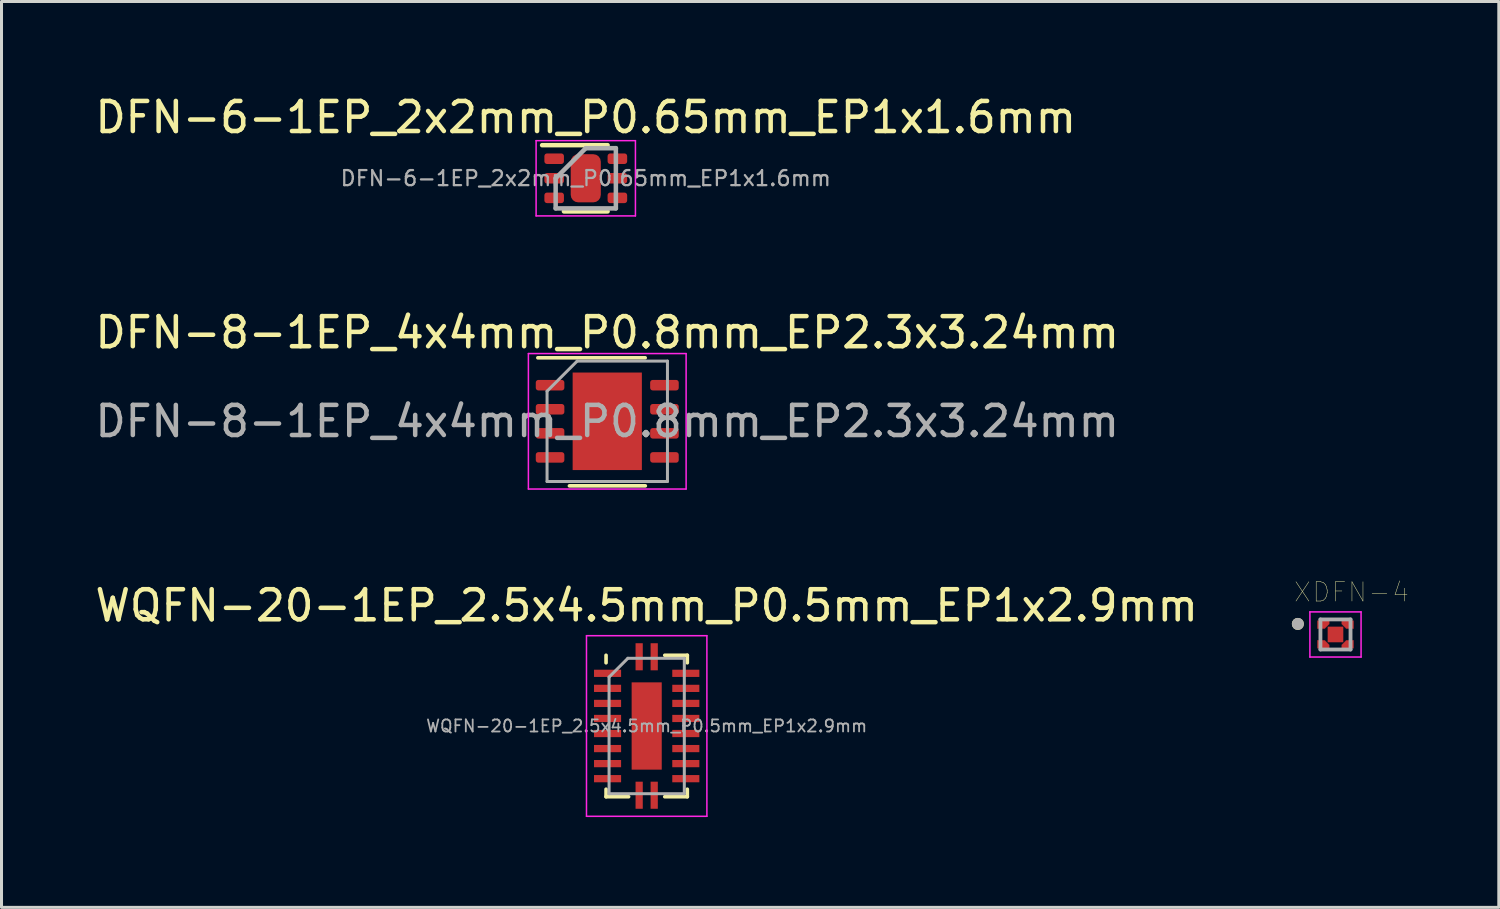
<source format=kicad_pcb>
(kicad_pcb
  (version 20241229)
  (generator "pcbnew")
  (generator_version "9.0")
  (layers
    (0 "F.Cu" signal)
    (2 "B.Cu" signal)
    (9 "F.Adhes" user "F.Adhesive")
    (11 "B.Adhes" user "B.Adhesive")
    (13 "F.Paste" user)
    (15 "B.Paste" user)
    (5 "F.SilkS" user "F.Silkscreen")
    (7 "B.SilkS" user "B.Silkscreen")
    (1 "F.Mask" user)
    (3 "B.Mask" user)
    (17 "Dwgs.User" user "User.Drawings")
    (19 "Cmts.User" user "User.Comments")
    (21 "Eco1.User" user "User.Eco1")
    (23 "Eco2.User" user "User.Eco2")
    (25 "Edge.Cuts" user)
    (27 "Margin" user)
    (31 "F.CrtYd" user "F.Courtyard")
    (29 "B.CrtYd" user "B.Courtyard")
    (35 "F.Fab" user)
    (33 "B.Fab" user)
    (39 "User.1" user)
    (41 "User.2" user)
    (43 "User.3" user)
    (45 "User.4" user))
  (footprint "WQFN-20-1EP_2.5x4.5mm_P0.5mm_EP1x2.9mm"
    (layer "F.Cu")
    (at 18.435 21.07)
    (property "Reference" "WQFN-20-1EP_2.5x4.5mm_P0.5mm_EP1x2.9mm" (at 0 -4 0) (layer "F.SilkS") (effects (font (size 1 1) (thickness 0.15))))
    (attr smd)
    (fp_line (start -1.35 -2.35) (end -1.35 -2.1) (stroke (width 0.12) (type solid)) (layer "F.SilkS"))
    (fp_line (start -1.35 2.35) (end -1.35 2.1) (stroke (width 0.12) (type solid)) (layer "F.SilkS"))
    (fp_line (start -0.6 2.35) (end -1.35 2.35) (stroke (width 0.12) (type solid)) (layer "F.SilkS"))
    (fp_line (start 0.6 -2.35) (end 1.35 -2.35) (stroke (width 0.12) (type solid)) (layer "F.SilkS"))
    (fp_line (start 0.6 2.35) (end 1.35 2.35) (stroke (width 0.12) (type solid)) (layer "F.SilkS"))
    (fp_line (start 1.35 -2.35) (end 1.35 -2.1) (stroke (width 0.12) (type solid)) (layer "F.SilkS"))
    (fp_line (start 1.35 2.35) (end 1.35 2.1) (stroke (width 0.12) (type solid)) (layer "F.SilkS"))
    (fp_line (start -2 -3) (end -2 3) (stroke (width 0.05) (type solid)) (layer "F.CrtYd"))
    (fp_line (start -2 -3) (end 2 -3) (stroke (width 0.05) (type solid)) (layer "F.CrtYd"))
    (fp_line (start -2 3) (end 2 3) (stroke (width 0.05) (type solid)) (layer "F.CrtYd"))
    (fp_line (start 2 -3) (end 2 3) (stroke (width 0.05) (type solid)) (layer "F.CrtYd"))
    (fp_line (start -1.25 -1.625) (end -1.25 2.25) (stroke (width 0.1) (type solid)) (layer "F.Fab"))
    (fp_line (start -1.25 -1.625) (end -0.625 -2.25) (stroke (width 0.1) (type solid)) (layer "F.Fab"))
    (fp_line (start -1.25 2.25) (end 1.25 2.25) (stroke (width 0.1) (type solid)) (layer "F.Fab"))
    (fp_line (start 1.25 -2.25) (end -0.625 -2.25) (stroke (width 0.1) (type solid)) (layer "F.Fab"))
    (fp_line (start 1.25 -2.25) (end 1.25 2.25) (stroke (width 0.1) (type solid)) (layer "F.Fab"))
    (fp_text user "${REFERENCE}" (at 0 0 0) (layer "F.Fab") (effects (font (size 0.4 0.4) (thickness 0.06))))
    (pad "" smd rect (at 0 -0.95 270) (size 0.8 0.8) (layers "F.Paste"))
    (pad "" smd rect (at 0 0 270) (size 0.8 0.8) (layers "F.Paste"))
    (pad "" smd rect (at 0 0.95 270) (size 0.8 0.8) (layers "F.Paste"))
    (pad "1" smd rect (at -0.25 -2.3 270) (size 0.9 0.24) (layers "F.Cu" "F.Mask" "F.Paste"))
    (pad "2" smd rect (at -1.3 -1.75) (size 0.9 0.24) (layers "F.Cu" "F.Mask" "F.Paste"))
    (pad "3" smd rect (at -1.3 -1.25) (size 0.9 0.24) (layers "F.Cu" "F.Mask" "F.Paste"))
    (pad "4" smd rect (at -1.3 -0.75) (size 0.9 0.24) (layers "F.Cu" "F.Mask" "F.Paste"))
    (pad "5" smd rect (at -1.3 -0.25) (size 0.9 0.24) (layers "F.Cu" "F.Mask" "F.Paste"))
    (pad "6" smd rect (at -1.3 0.25) (size 0.9 0.24) (layers "F.Cu" "F.Mask" "F.Paste"))
    (pad "7" smd rect (at -1.3 0.75) (size 0.9 0.24) (layers "F.Cu" "F.Mask" "F.Paste"))
    (pad "8" smd rect (at -1.3 1.25) (size 0.9 0.24) (layers "F.Cu" "F.Mask" "F.Paste"))
    (pad "9" smd rect (at -1.3 1.75) (size 0.9 0.24) (layers "F.Cu" "F.Mask" "F.Paste"))
    (pad "10" smd rect (at -0.25 2.3 270) (size 0.9 0.24) (layers "F.Cu" "F.Mask" "F.Paste"))
    (pad "11" smd rect (at 0.25 2.3 270) (size 0.9 0.24) (layers "F.Cu" "F.Mask" "F.Paste"))
    (pad "12" smd rect (at 1.3 1.75) (size 0.9 0.24) (layers "F.Cu" "F.Mask" "F.Paste"))
    (pad "13" smd rect (at 1.3 1.25) (size 0.9 0.24) (layers "F.Cu" "F.Mask" "F.Paste"))
    (pad "14" smd rect (at 1.3 0.75) (size 0.9 0.24) (layers "F.Cu" "F.Mask" "F.Paste"))
    (pad "15" smd rect (at 1.3 0.25) (size 0.9 0.24) (layers "F.Cu" "F.Mask" "F.Paste"))
    (pad "16" smd rect (at 1.3 -0.25) (size 0.9 0.24) (layers "F.Cu" "F.Mask" "F.Paste"))
    (pad "17" smd rect (at 1.3 -0.75) (size 0.9 0.24) (layers "F.Cu" "F.Mask" "F.Paste"))
    (pad "18" smd rect (at 1.3 -1.25) (size 0.9 0.24) (layers "F.Cu" "F.Mask" "F.Paste"))
    (pad "19" smd rect (at 1.3 -1.75) (size 0.9 0.24) (layers "F.Cu" "F.Mask" "F.Paste"))
    (pad "20" smd rect (at 0.25 -2.3 270) (size 0.9 0.24) (layers "F.Cu" "F.Mask" "F.Paste"))
    (pad "21" smd rect (at 0 0 270) (size 2.9 1) (layers "F.Cu" "F.Mask")))
  (footprint "DFN-8-1EP_4x4mm_P0.8mm_EP2.3x3.24mm"
    (layer "F.Cu")
    (at 17.125 10.947)
    (property "Reference" "DFN-8-1EP_4x4mm_P0.8mm_EP2.3x3.24mm" (at 0 -2.95 0) (layer "F.SilkS") (effects (font (size 1 1) (thickness 0.15))))
    (attr smd)
    (fp_line (start -2.306 -2.11) (end 1.26 -2.11) (stroke (width 0.12) (type solid)) (layer "F.SilkS"))
    (fp_line (start -1.257 2.144) (end 1.265 2.144) (stroke (width 0.12) (type solid)) (layer "F.SilkS"))
    (fp_line (start -2.62 -2.25) (end -2.62 2.25) (stroke (width 0.05) (type solid)) (layer "F.CrtYd"))
    (fp_line (start -2.62 2.25) (end 2.62 2.25) (stroke (width 0.05) (type solid)) (layer "F.CrtYd"))
    (fp_line (start 2.62 -2.25) (end -2.62 -2.25) (stroke (width 0.05) (type solid)) (layer "F.CrtYd"))
    (fp_line (start 2.62 2.25) (end 2.62 -2.25) (stroke (width 0.05) (type solid)) (layer "F.CrtYd"))
    (fp_line (start -2 -1) (end -1 -2) (stroke (width 0.1) (type solid)) (layer "F.Fab"))
    (fp_line (start -2 2) (end -2 -1) (stroke (width 0.1) (type solid)) (layer "F.Fab"))
    (fp_line (start -1 -2) (end 2 -2) (stroke (width 0.1) (type solid)) (layer "F.Fab"))
    (fp_line (start 2 -2) (end 2 2) (stroke (width 0.1) (type solid)) (layer "F.Fab"))
    (fp_line (start 2 2) (end -2 2) (stroke (width 0.1) (type solid)) (layer "F.Fab"))
    (fp_text user "${REFERENCE}" (at 0 0 0) (layer "F.Fab") (effects (font (size 1 1) (thickness 0.15))))
    (pad "" smd roundrect (at -0.575 -0.81) (size 0.93 1.31) (layers "F.Paste") (roundrect_rratio 0.25))
    (pad "" smd roundrect (at -0.575 0.81) (size 0.93 1.31) (layers "F.Paste") (roundrect_rratio 0.25))
    (pad "" smd roundrect (at 0.575 -0.81) (size 0.93 1.31) (layers "F.Paste") (roundrect_rratio 0.25))
    (pad "" smd roundrect (at 0.575 0.81) (size 0.93 1.31) (layers "F.Paste") (roundrect_rratio 0.25))
    (pad "1" smd roundrect (at -1.9 -1.2) (size 0.95 0.35) (layers "F.Cu" "F.Mask" "F.Paste") (roundrect_rratio 0.25))
    (pad "2" smd roundrect (at -1.9 -0.4) (size 0.95 0.35) (layers "F.Cu" "F.Mask" "F.Paste") (roundrect_rratio 0.25))
    (pad "3" smd roundrect (at -1.9 0.4) (size 0.95 0.35) (layers "F.Cu" "F.Mask" "F.Paste") (roundrect_rratio 0.25))
    (pad "4" smd roundrect (at -1.9 1.2) (size 0.95 0.35) (layers "F.Cu" "F.Mask" "F.Paste") (roundrect_rratio 0.25))
    (pad "5" smd roundrect (at 1.9 1.2) (size 0.95 0.35) (layers "F.Cu" "F.Mask" "F.Paste") (roundrect_rratio 0.25))
    (pad "6" smd roundrect (at 1.9 0.4) (size 0.95 0.35) (layers "F.Cu" "F.Mask" "F.Paste") (roundrect_rratio 0.25))
    (pad "7" smd roundrect (at 1.9 -0.4) (size 0.95 0.35) (layers "F.Cu" "F.Mask" "F.Paste") (roundrect_rratio 0.25))
    (pad "8" smd roundrect (at 1.9 -1.2) (size 0.95 0.35) (layers "F.Cu" "F.Mask" "F.Paste") (roundrect_rratio 0.25))
    (pad "9" smd rect (at 0 0) (size 2.3 3.24) (layers "F.Cu" "F.Mask")))
  (footprint "DFN-6-1EP_2x2mm_P0.65mm_EP1x1.6mm"
    (layer "F.Cu")
    (at 16.411 2.873)
    (property "Reference" "DFN-6-1EP_2x2mm_P0.65mm_EP1x1.6mm" (at 0 -2.025 0) (layer "F.SilkS") (effects (font (size 1 1) (thickness 0.15))))
    (attr smd)
    (fp_line (start -1.45 -1.1) (end 0.725 -1.1) (stroke (width 0.15) (type solid)) (layer "F.SilkS"))
    (fp_line (start -0.725 1.1) (end 0.725 1.1) (stroke (width 0.15) (type solid)) (layer "F.SilkS"))
    (fp_line (start -1.65 -1.25) (end -1.65 1.25) (stroke (width 0.05) (type solid)) (layer "F.CrtYd"))
    (fp_line (start -1.65 -1.25) (end 1.65 -1.25) (stroke (width 0.05) (type solid)) (layer "F.CrtYd"))
    (fp_line (start -1.65 1.25) (end 1.65 1.25) (stroke (width 0.05) (type solid)) (layer "F.CrtYd"))
    (fp_line (start 1.65 -1.25) (end 1.65 1.25) (stroke (width 0.05) (type solid)) (layer "F.CrtYd"))
    (fp_line (start -1 0) (end 0 -1) (stroke (width 0.15) (type solid)) (layer "F.Fab"))
    (fp_line (start -1 1) (end -1 0) (stroke (width 0.15) (type solid)) (layer "F.Fab"))
    (fp_line (start 0 -1) (end 1 -1) (stroke (width 0.15) (type solid)) (layer "F.Fab"))
    (fp_line (start 1 -1) (end 1 1) (stroke (width 0.15) (type solid)) (layer "F.Fab"))
    (fp_line (start 1 1) (end -1 1) (stroke (width 0.15) (type solid)) (layer "F.Fab"))
    (fp_text user "${REFERENCE}" (at 0 0 0) (layer "F.Fab") (effects (font (size 0.5 0.5) (thickness 0.075))))
    (pad "" smd rect (at 0 -0.4) (size 0.82 0.63) (layers "F.Paste"))
    (pad "" smd rect (at 0 0.4) (size 0.82 0.63) (layers "F.Paste"))
    (pad "1" smd roundrect (at -1.05 -0.65) (size 0.65 0.35) (layers "F.Cu" "F.Mask" "F.Paste") (roundrect_rratio 0.25))
    (pad "2" smd roundrect (at -1.05 0) (size 0.65 0.35) (layers "F.Cu" "F.Mask" "F.Paste") (roundrect_rratio 0.25))
    (pad "3" smd roundrect (at -1.05 0.65) (size 0.65 0.35) (layers "F.Cu" "F.Mask" "F.Paste") (roundrect_rratio 0.25))
    (pad "4" smd roundrect (at 1.05 0.65) (size 0.65 0.35) (layers "F.Cu" "F.Mask" "F.Paste") (roundrect_rratio 0.25))
    (pad "5" smd roundrect (at 1.05 0) (size 0.65 0.35) (layers "F.Cu" "F.Mask" "F.Paste") (roundrect_rratio 0.25))
    (pad "6" smd roundrect (at 1.05 -0.65) (size 0.65 0.35) (layers "F.Cu" "F.Mask" "F.Paste") (roundrect_rratio 0.25))
    (pad "7" smd roundrect (at 0 0) (size 1 1.6) (layers "F.Cu" "F.Mask") (roundrect_rratio 0.25)))
  (footprint "XDFN-4"
    (layer "F.Cu")
    (at 41.319 18.029)
    (property "Reference" "XDFN-4" (at 0.532 -1.406 0) (layer "F.SilkS") (effects (font (size 0.64 0.64) (thickness 0.015))))
    (attr through_hole)
    (fp_poly (pts (xy -0.6 -0.455) (xy -0.21 -0.455) (xy -0.21 -0.345) (xy -0.36 -0.195) (xy -0.6 -0.195)) (stroke (width 0.01) (type solid)) (fill yes) (layer "F.Cu"))
    (fp_poly (pts (xy -0.6 0.455) (xy -0.21 0.455) (xy -0.21 0.345) (xy -0.36 0.195) (xy -0.6 0.195)) (stroke (width 0.01) (type solid)) (fill yes) (layer "F.Cu"))
    (fp_poly (pts (xy 0.6 -0.455) (xy 0.21 -0.455) (xy 0.21 -0.345) (xy 0.36 -0.195) (xy 0.6 -0.195)) (stroke (width 0.01) (type solid)) (fill yes) (layer "F.Cu"))
    (fp_poly (pts (xy 0.6 0.455) (xy 0.21 0.455) (xy 0.21 0.345) (xy 0.36 0.195) (xy 0.6 0.195)) (stroke (width 0.01) (type solid)) (fill yes) (layer "F.Cu"))
    (fp_poly (pts (xy -0.65 -0.505) (xy -0.16 -0.505) (xy -0.16 -0.32) (xy -0.335 -0.145) (xy -0.65 -0.145)) (stroke (width 0.01) (type solid)) (fill yes) (layer "F.Mask"))
    (fp_poly (pts (xy -0.65 0.505) (xy -0.16 0.505) (xy -0.16 0.32) (xy -0.335 0.145) (xy -0.65 0.145)) (stroke (width 0.01) (type solid)) (fill yes) (layer "F.Mask"))
    (fp_poly (pts (xy 0.65 -0.505) (xy 0.16 -0.505) (xy 0.16 -0.32) (xy 0.335 -0.145) (xy 0.65 -0.145)) (stroke (width 0.01) (type solid)) (fill yes) (layer "F.Mask"))
    (fp_poly (pts (xy 0.65 0.505) (xy 0.16 0.505) (xy 0.16 0.32) (xy 0.335 0.145) (xy 0.65 0.145)) (stroke (width 0.01) (type solid)) (fill yes) (layer "F.Mask"))
    (fp_circle (center -1.25 -0.35) (end -1.15 -0.35) (stroke (width 0.2) (type solid)) (fill no) (layer "F.SilkS"))
    (fp_poly (pts (xy -0.6 -0.455) (xy -0.21 -0.455) (xy -0.21 -0.345) (xy -0.36 -0.195) (xy -0.6 -0.195)) (stroke (width 0.01) (type solid)) (fill yes) (layer "F.Paste"))
    (fp_poly (pts (xy -0.6 0.455) (xy -0.21 0.455) (xy -0.21 0.345) (xy -0.36 0.195) (xy -0.6 0.195)) (stroke (width 0.01) (type solid)) (fill yes) (layer "F.Paste"))
    (fp_poly (pts (xy 0.6 -0.455) (xy 0.21 -0.455) (xy 0.21 -0.345) (xy 0.36 -0.195) (xy 0.6 -0.195)) (stroke (width 0.01) (type solid)) (fill yes) (layer "F.Paste"))
    (fp_poly (pts (xy 0.6 0.455) (xy 0.21 0.455) (xy 0.21 0.345) (xy 0.36 0.195) (xy 0.6 0.195)) (stroke (width 0.01) (type solid)) (fill yes) (layer "F.Paste"))
    (fp_line (start -0.85 -0.75) (end 0.85 -0.75) (stroke (width 0.05) (type solid)) (layer "F.CrtYd"))
    (fp_line (start -0.85 0.75) (end -0.85 -0.75) (stroke (width 0.05) (type solid)) (layer "F.CrtYd"))
    (fp_line (start 0.85 -0.75) (end 0.85 0.75) (stroke (width 0.05) (type solid)) (layer "F.CrtYd"))
    (fp_line (start 0.85 0.75) (end -0.85 0.75) (stroke (width 0.05) (type solid)) (layer "F.CrtYd"))
    (fp_line (start -0.5 -0.5) (end -0.5 0.5) (stroke (width 0.127) (type solid)) (layer "F.Fab"))
    (fp_line (start -0.5 0.5) (end 0.5 0.5) (stroke (width 0.127) (type solid)) (layer "F.Fab"))
    (fp_line (start 0.5 -0.5) (end -0.5 -0.5) (stroke (width 0.127) (type solid)) (layer "F.Fab"))
    (fp_line (start 0.5 0.5) (end 0.5 -0.5) (stroke (width 0.127) (type solid)) (layer "F.Fab"))
    (fp_circle (center -1.25 -0.35) (end -1.15 -0.35) (stroke (width 0.2) (type solid)) (fill no) (layer "F.Fab"))
    (pad "1" smd rect (at -0.405 -0.325) (size 0.1 0.1) (layers "F.Cu"))
    (pad "2" smd rect (at -0.405 0.325) (size 0.1 0.1) (layers "F.Cu"))
    (pad "3" smd rect (at 0.405 0.325) (size 0.1 0.1) (layers "F.Cu"))
    (pad "4" smd rect (at 0.405 -0.325) (size 0.1 0.1) (layers "F.Cu"))
    (pad "5" smd rect (at 0 0) (size 0.52 0.52) (layers "F.Cu" "F.Mask" "F.Paste")))
  (gr_rect
    (start -3 -3)
    (end 46.745 27.095)
    (stroke (width 0.1) (type default))
    (fill no)
    (layer "Edge.Cuts")))
</source>
